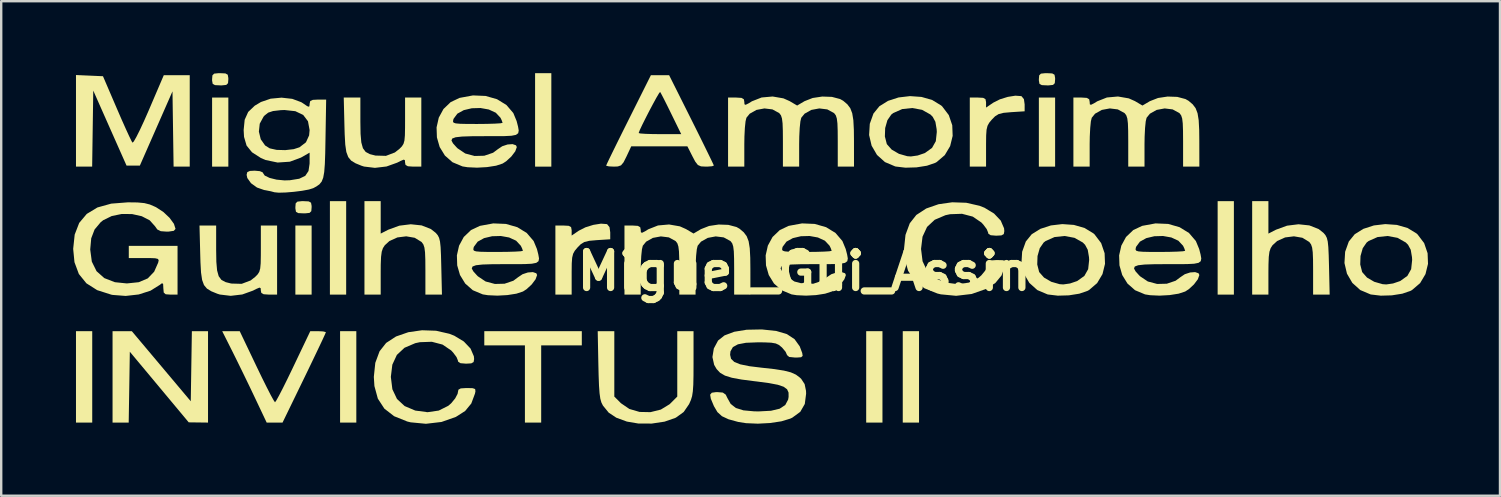
<source format=kicad_pcb>
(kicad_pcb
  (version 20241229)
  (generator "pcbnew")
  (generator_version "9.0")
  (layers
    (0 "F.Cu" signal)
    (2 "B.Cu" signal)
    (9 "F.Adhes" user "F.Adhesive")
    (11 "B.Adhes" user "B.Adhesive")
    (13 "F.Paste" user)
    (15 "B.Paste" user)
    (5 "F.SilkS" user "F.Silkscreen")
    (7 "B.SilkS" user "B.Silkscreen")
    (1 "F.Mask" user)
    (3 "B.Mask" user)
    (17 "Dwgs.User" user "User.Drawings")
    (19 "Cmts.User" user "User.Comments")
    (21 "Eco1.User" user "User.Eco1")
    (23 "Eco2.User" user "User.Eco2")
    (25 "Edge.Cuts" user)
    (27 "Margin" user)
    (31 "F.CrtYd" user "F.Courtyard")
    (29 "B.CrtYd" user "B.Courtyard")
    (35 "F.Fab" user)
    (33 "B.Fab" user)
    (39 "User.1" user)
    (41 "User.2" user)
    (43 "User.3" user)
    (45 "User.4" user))
  (footprint "Miguel_Gui_Assin"
    (layer "F.Cu")
    (at 30.47 8.255)
    (property "Reference" "Miguel_Gui_Assin" (at 0 0 0) (layer "F.SilkS") (effects (font (size 1.5 1.5) (thickness 0.3))))
    (attr board_only exclude_from_pos_files exclude_from_bom)
    (fp_poly (pts (xy -29.676 4.403) (xy -29.676 6.308) (xy -30.014 6.308) (xy -30.353 6.308) (xy -30.353 4.403) (xy -30.353 2.498) (xy -30.014 2.498) (xy -29.676 2.498)) (stroke (width 0) (type solid)) (fill yes) (layer "F.SilkS"))
    (fp_poly (pts (xy -24.003 -5.8) (xy -24.003 -4.36) (xy -24.342 -4.36) (xy -24.68 -4.36) (xy -24.68 -5.8) (xy -24.68 -7.239) (xy -24.342 -7.239) (xy -24.003 -7.239)) (stroke (width 0) (type solid)) (fill yes) (layer "F.SilkS"))
    (fp_poly (pts (xy -20.532 -0.466) (xy -20.532 0.974) (xy -20.87 0.974) (xy -21.209 0.974) (xy -21.209 -0.466) (xy -21.209 -1.905) (xy -20.87 -1.905) (xy -20.532 -1.905)) (stroke (width 0) (type solid)) (fill yes) (layer "F.SilkS"))
    (fp_poly (pts (xy -19.092 -0.974) (xy -19.092 0.974) (xy -19.431 0.974) (xy -19.77 0.974) (xy -19.77 -0.974) (xy -19.77 -2.921) (xy -19.431 -2.921) (xy -19.092 -2.921)) (stroke (width 0) (type solid)) (fill yes) (layer "F.SilkS"))
    (fp_poly (pts (xy -18.669 4.403) (xy -18.669 6.308) (xy -19.008 6.308) (xy -19.346 6.308) (xy -19.346 4.403) (xy -19.346 2.498) (xy -19.008 2.498) (xy -18.669 2.498)) (stroke (width 0) (type solid)) (fill yes) (layer "F.SilkS"))
    (fp_poly (pts (xy -10.541 -6.308) (xy -10.541 -4.36) (xy -10.88 -4.36) (xy -11.218 -4.36) (xy -11.218 -6.308) (xy -11.218 -8.255) (xy -10.88 -8.255) (xy -10.541 -8.255)) (stroke (width 0) (type solid)) (fill yes) (layer "F.SilkS"))
    (fp_poly (pts (xy 3.26 4.403) (xy 3.26 6.308) (xy 2.921 6.308) (xy 2.582 6.308) (xy 2.582 4.403) (xy 2.582 2.498) (xy 2.921 2.498) (xy 3.26 2.498)) (stroke (width 0) (type solid)) (fill yes) (layer "F.SilkS"))
    (fp_poly (pts (xy 4.784 4.403) (xy 4.784 6.308) (xy 4.445 6.308) (xy 4.106 6.308) (xy 4.106 4.403) (xy 4.106 2.498) (xy 4.445 2.498) (xy 4.784 2.498)) (stroke (width 0) (type solid)) (fill yes) (layer "F.SilkS"))
    (fp_poly (pts (xy 10.456 -5.8) (xy 10.456 -4.36) (xy 10.118 -4.36) (xy 9.779 -4.36) (xy 9.779 -5.8) (xy 9.779 -7.239) (xy 10.118 -7.239) (xy 10.456 -7.239)) (stroke (width 0) (type solid)) (fill yes) (layer "F.SilkS"))
    (fp_poly (pts (xy 17.907 -0.974) (xy 17.907 0.974) (xy 17.568 0.974) (xy 17.23 0.974) (xy 17.23 -0.974) (xy 17.23 -2.921) (xy 17.568 -2.921) (xy 17.907 -2.921)) (stroke (width 0) (type solid)) (fill yes) (layer "F.SilkS"))
    (fp_poly (pts (xy -24.125 -8.245) (xy -24.028 -8.191) (xy -24.004 -8.056) (xy -24.003 -8.001) (xy -24.016 -7.838) (xy -24.089 -7.766) (xy -24.269 -7.747) (xy -24.342 -7.747) (xy -24.559 -7.757) (xy -24.655 -7.811) (xy -24.68 -7.946) (xy -24.68 -8.001) (xy -24.667 -8.164) (xy -24.594 -8.236) (xy -24.414 -8.255) (xy -24.342 -8.255)) (stroke (width 0) (type solid)) (fill yes) (layer "F.SilkS"))
    (fp_poly (pts (xy -20.653 -2.911) (xy -20.557 -2.857) (xy -20.532 -2.722) (xy -20.532 -2.667) (xy -20.545 -2.504) (xy -20.618 -2.432) (xy -20.798 -2.413) (xy -20.87 -2.413) (xy -21.087 -2.423) (xy -21.184 -2.477) (xy -21.208 -2.612) (xy -21.209 -2.667) (xy -21.196 -2.83) (xy -21.123 -2.902) (xy -20.943 -2.921) (xy -20.87 -2.921)) (stroke (width 0) (type solid)) (fill yes) (layer "F.SilkS"))
    (fp_poly (pts (xy -9.271 2.794) (xy -9.271 3.09) (xy -10.118 3.09) (xy -10.964 3.09) (xy -10.964 4.699) (xy -10.964 6.308) (xy -11.303 6.308) (xy -11.642 6.308) (xy -11.642 4.699) (xy -11.642 3.09) (xy -12.488 3.09) (xy -13.335 3.09) (xy -13.335 2.794) (xy -13.335 2.498) (xy -11.303 2.498) (xy -9.271 2.498)) (stroke (width 0) (type solid)) (fill yes) (layer "F.SilkS"))
    (fp_poly (pts (xy 10.335 -8.245) (xy 10.431 -8.191) (xy 10.456 -8.056) (xy 10.456 -8.001) (xy 10.443 -7.838) (xy 10.37 -7.766) (xy 10.19 -7.747) (xy 10.118 -7.747) (xy 9.901 -7.757) (xy 9.804 -7.811) (xy 9.78 -7.946) (xy 9.779 -8.001) (xy 9.792 -8.164) (xy 9.865 -8.236) (xy 10.045 -8.255) (xy 10.118 -8.255)) (stroke (width 0) (type solid)) (fill yes) (layer "F.SilkS"))
    (fp_poly (pts (xy -24.85 4.403) (xy -24.85 6.308) (xy -25.252 6.303) (xy -25.654 6.298) (xy -26.882 4.826) (xy -28.109 3.355) (xy -28.132 4.832) (xy -28.156 6.308) (xy -28.492 6.308) (xy -28.829 6.308) (xy -28.829 4.403) (xy -28.829 2.498) (xy -28.427 2.498) (xy -28.025 2.499) (xy -26.797 3.959) (xy -25.569 5.419) (xy -25.546 3.958) (xy -25.523 2.498) (xy -25.186 2.498) (xy -24.85 2.498)) (stroke (width 0) (type solid)) (fill yes) (layer "F.SilkS"))
    (fp_poly (pts (xy -8.231 -1.965) (xy -8.214 -1.959) (xy -8.116 -1.837) (xy -8.086 -1.621) (xy -8.086 -1.332) (xy -8.647 -1.296) (xy -8.963 -1.268) (xy -9.168 -1.217) (xy -9.319 -1.123) (xy -9.451 -0.989) (xy -9.563 -0.855) (xy -9.633 -0.728) (xy -9.673 -0.565) (xy -9.69 -0.325) (xy -9.694 0.034) (xy -9.694 0.128) (xy -9.694 0.974) (xy -10.033 0.974) (xy -10.372 0.974) (xy -10.372 -0.466) (xy -10.372 -1.905) (xy -10.033 -1.905) (xy -9.815 -1.893) (xy -9.718 -1.839) (xy -9.694 -1.712) (xy -9.694 -1.696) (xy -9.694 -1.487) (xy -9.393 -1.692) (xy -9.118 -1.831) (xy -8.789 -1.933) (xy -8.472 -1.983)) (stroke (width 0) (type solid)) (fill yes) (layer "F.SilkS"))
    (fp_poly (pts (xy 9.041 -7.299) (xy 9.058 -7.293) (xy 9.156 -7.171) (xy 9.186 -6.955) (xy 9.186 -6.666) (xy 8.625 -6.63) (xy 8.309 -6.602) (xy 8.104 -6.551) (xy 7.953 -6.457) (xy 7.821 -6.323) (xy 7.709 -6.189) (xy 7.639 -6.062) (xy 7.599 -5.899) (xy 7.582 -5.659) (xy 7.578 -5.3) (xy 7.578 -5.206) (xy 7.578 -4.36) (xy 7.239 -4.36) (xy 6.9 -4.36) (xy 6.9 -5.8) (xy 6.9 -7.239) (xy 7.239 -7.239) (xy 7.457 -7.227) (xy 7.554 -7.173) (xy 7.578 -7.046) (xy 7.578 -7.03) (xy 7.578 -6.821) (xy 7.879 -7.026) (xy 8.154 -7.165) (xy 8.483 -7.267) (xy 8.8 -7.317)) (stroke (width 0) (type solid)) (fill yes) (layer "F.SilkS"))
    (fp_poly (pts (xy -29.791 -8.153) (xy -29.228 -8.128) (xy -28.648 -6.778) (xy -28.455 -6.333) (xy -28.28 -5.941) (xy -28.137 -5.63) (xy -28.038 -5.426) (xy -27.998 -5.358) (xy -27.944 -5.409) (xy -27.838 -5.594) (xy -27.689 -5.89) (xy -27.511 -6.274) (xy -27.313 -6.723) (xy -27.311 -6.729) (xy -26.694 -8.17) (xy -26.153 -8.17) (xy -25.612 -8.17) (xy -25.612 -6.265) (xy -25.612 -4.36) (xy -25.948 -4.36) (xy -26.285 -4.36) (xy -26.308 -5.929) (xy -26.331 -7.497) (xy -27.011 -5.95) (xy -27.691 -4.403) (xy -27.969 -4.403) (xy -28.246 -4.403) (xy -28.94 -5.966) (xy -29.633 -7.53) (xy -29.656 -5.945) (xy -29.679 -4.36) (xy -30.016 -4.36) (xy -30.353 -4.36) (xy -30.353 -6.269) (xy -30.353 -8.178)) (stroke (width 0) (type solid)) (fill yes) (layer "F.SilkS"))
    (fp_poly (pts (xy -22.822 3.979) (xy -22.601 4.437) (xy -22.402 4.837) (xy -22.238 5.157) (xy -22.119 5.372) (xy -22.06 5.46) (xy -22.057 5.461) (xy -22.005 5.388) (xy -21.892 5.185) (xy -21.732 4.876) (xy -21.537 4.483) (xy -21.318 4.03) (xy -21.294 3.979) (xy -20.588 2.498) (xy -20.264 2.498) (xy -20.057 2.508) (xy -19.945 2.535) (xy -19.939 2.544) (xy -19.974 2.63) (xy -20.074 2.847) (xy -20.228 3.173) (xy -20.426 3.588) (xy -20.657 4.069) (xy -20.841 4.449) (xy -21.744 6.308) (xy -22.075 6.308) (xy -22.405 6.308) (xy -22.896 5.271) (xy -23.13 4.78) (xy -23.39 4.244) (xy -23.641 3.732) (xy -23.823 3.365) (xy -24.259 2.498) (xy -23.894 2.498) (xy -23.529 2.498)) (stroke (width 0) (type solid)) (fill yes) (layer "F.SilkS"))
    (fp_poly (pts (xy -17.653 -2.245) (xy -17.653 -1.569) (xy -17.335 -1.732) (xy -16.876 -1.899) (xy -16.399 -1.958) (xy -15.946 -1.91) (xy -15.56 -1.758) (xy -15.355 -1.596) (xy -15.275 -1.5) (xy -15.219 -1.391) (xy -15.181 -1.238) (xy -15.156 -1.009) (xy -15.14 -0.672) (xy -15.128 -0.205) (xy -15.1 0.974) (xy -15.445 0.974) (xy -15.79 0.974) (xy -15.79 -0.042) (xy -15.793 -0.483) (xy -15.805 -0.787) (xy -15.831 -0.987) (xy -15.875 -1.117) (xy -15.942 -1.21) (xy -15.955 -1.223) (xy -16.237 -1.395) (xy -16.589 -1.455) (xy -16.957 -1.409) (xy -17.288 -1.26) (xy -17.482 -1.083) (xy -17.56 -0.963) (xy -17.61 -0.814) (xy -17.638 -0.599) (xy -17.651 -0.28) (xy -17.653 0.054) (xy -17.653 0.974) (xy -17.992 0.974) (xy -18.33 0.974) (xy -18.33 -0.974) (xy -18.33 -2.921) (xy -17.992 -2.921) (xy -17.653 -2.921)) (stroke (width 0) (type solid)) (fill yes) (layer "F.SilkS"))
    (fp_poly (pts (xy 19.346 -2.245) (xy 19.346 -1.569) (xy 19.664 -1.732) (xy 20.123 -1.899) (xy 20.6 -1.958) (xy 21.053 -1.91) (xy 21.44 -1.758) (xy 21.645 -1.596) (xy 21.725 -1.5) (xy 21.781 -1.391) (xy 21.819 -1.238) (xy 21.843 -1.009) (xy 21.859 -0.672) (xy 21.872 -0.205) (xy 21.899 0.974) (xy 21.554 0.974) (xy 21.209 0.974) (xy 21.209 -0.042) (xy 21.206 -0.483) (xy 21.194 -0.787) (xy 21.168 -0.987) (xy 21.124 -1.117) (xy 21.057 -1.21) (xy 21.044 -1.223) (xy 20.762 -1.395) (xy 20.411 -1.455) (xy 20.042 -1.409) (xy 19.711 -1.26) (xy 19.517 -1.083) (xy 19.44 -0.963) (xy 19.389 -0.814) (xy 19.361 -0.599) (xy 19.349 -0.28) (xy 19.346 0.054) (xy 19.346 0.974) (xy 19.008 0.974) (xy 18.669 0.974) (xy 18.669 -0.974) (xy 18.669 -2.921) (xy 19.008 -2.921) (xy 19.346 -2.921)) (stroke (width 0) (type solid)) (fill yes) (layer "F.SilkS"))
    (fp_poly (pts (xy -7.916 3.861) (xy -7.916 5.224) (xy -7.639 5.501) (xy -7.289 5.74) (xy -6.863 5.864) (xy -6.41 5.873) (xy -5.978 5.766) (xy -5.614 5.544) (xy -5.572 5.504) (xy -5.292 5.224) (xy -5.292 3.861) (xy -5.292 2.498) (xy -4.953 2.498) (xy -4.614 2.498) (xy -4.614 3.834) (xy -4.616 4.35) (xy -4.624 4.728) (xy -4.643 5.002) (xy -4.674 5.204) (xy -4.723 5.366) (xy -4.792 5.522) (xy -4.805 5.547) (xy -5.025 5.867) (xy -5.337 6.093) (xy -5.376 6.114) (xy -5.823 6.269) (xy -6.356 6.349) (xy -6.907 6.348) (xy -7.392 6.266) (xy -7.832 6.105) (xy -8.149 5.895) (xy -8.386 5.604) (xy -8.396 5.588) (xy -8.456 5.467) (xy -8.5 5.309) (xy -8.531 5.085) (xy -8.554 4.769) (xy -8.57 4.332) (xy -8.58 3.916) (xy -8.608 2.498) (xy -8.262 2.498) (xy -7.916 2.498)) (stroke (width 0) (type solid)) (fill yes) (layer "F.SilkS"))
    (fp_poly (pts (xy -24.511 -0.889) (xy -24.503 -0.391) (xy -24.472 -0.035) (xy -24.405 0.207) (xy -24.291 0.361) (xy -24.116 0.454) (xy -23.881 0.513) (xy -23.447 0.525) (xy -23.072 0.383) (xy -22.881 0.232) (xy -22.78 0.129) (xy -22.714 0.025) (xy -22.675 -0.116) (xy -22.655 -0.33) (xy -22.649 -0.653) (xy -22.648 -0.947) (xy -22.648 -1.905) (xy -22.31 -1.905) (xy -21.971 -1.905) (xy -21.971 -0.466) (xy -21.971 0.974) (xy -22.31 0.974) (xy -22.531 0.959) (xy -22.629 0.902) (xy -22.648 0.806) (xy -22.656 0.705) (xy -22.705 0.682) (xy -22.839 0.738) (xy -22.976 0.808) (xy -23.421 0.968) (xy -23.905 1.025) (xy -24.356 0.971) (xy -24.461 0.938) (xy -24.713 0.835) (xy -24.894 0.724) (xy -25.018 0.576) (xy -25.096 0.363) (xy -25.141 0.055) (xy -25.165 -0.375) (xy -25.175 -0.722) (xy -25.205 -1.905) (xy -24.858 -1.905) (xy -24.511 -1.905)) (stroke (width 0) (type solid)) (fill yes) (layer "F.SilkS"))
    (fp_poly (pts (xy -18.5 -7.239) (xy -18.5 -6.223) (xy -18.492 -5.725) (xy -18.461 -5.369) (xy -18.394 -5.127) (xy -18.279 -4.973) (xy -18.104 -4.88) (xy -17.87 -4.821) (xy -17.435 -4.809) (xy -17.061 -4.951) (xy -16.87 -5.102) (xy -16.769 -5.205) (xy -16.703 -5.309) (xy -16.663 -5.45) (xy -16.644 -5.664) (xy -16.638 -5.987) (xy -16.637 -6.281) (xy -16.637 -7.239) (xy -16.298 -7.239) (xy -15.96 -7.239) (xy -15.96 -5.8) (xy -15.96 -4.36) (xy -16.298 -4.36) (xy -16.52 -4.375) (xy -16.618 -4.432) (xy -16.637 -4.528) (xy -16.644 -4.629) (xy -16.694 -4.652) (xy -16.827 -4.596) (xy -16.964 -4.526) (xy -17.41 -4.366) (xy -17.893 -4.309) (xy -18.345 -4.363) (xy -18.45 -4.396) (xy -18.701 -4.499) (xy -18.883 -4.61) (xy -19.006 -4.758) (xy -19.085 -4.971) (xy -19.13 -5.279) (xy -19.154 -5.709) (xy -19.164 -6.056) (xy -19.193 -7.239) (xy -18.846 -7.239)) (stroke (width 0) (type solid)) (fill yes) (layer "F.SilkS"))
    (fp_poly (pts (xy 4.888 -7.265) (xy 5.333 -7.137) (xy 5.705 -6.91) (xy 5.749 -6.871) (xy 6.025 -6.507) (xy 6.169 -6.085) (xy 6.186 -5.642) (xy 6.081 -5.215) (xy 5.857 -4.839) (xy 5.52 -4.551) (xy 5.457 -4.516) (xy 5.114 -4.398) (xy 4.677 -4.329) (xy 4.218 -4.316) (xy 3.807 -4.365) (xy 3.79 -4.369) (xy 3.363 -4.55) (xy 3.032 -4.848) (xy 2.808 -5.233) (xy 2.718 -5.617) (xy 3.361 -5.617) (xy 3.439 -5.31) (xy 3.448 -5.292) (xy 3.644 -5.07) (xy 3.947 -4.894) (xy 4.294 -4.795) (xy 4.445 -4.784) (xy 4.728 -4.824) (xy 5.016 -4.922) (xy 5.036 -4.932) (xy 5.326 -5.14) (xy 5.484 -5.421) (xy 5.525 -5.804) (xy 5.518 -5.922) (xy 5.466 -6.229) (xy 5.354 -6.437) (xy 5.26 -6.532) (xy 4.912 -6.727) (xy 4.501 -6.803) (xy 4.083 -6.759) (xy 3.713 -6.595) (xy 3.63 -6.532) (xy 3.466 -6.295) (xy 3.373 -5.968) (xy 3.361 -5.617) (xy 2.718 -5.617) (xy 2.704 -5.676) (xy 2.732 -6.145) (xy 2.885 -6.573) (xy 3.131 -6.876) (xy 3.492 -7.101) (xy 3.93 -7.243) (xy 4.407 -7.299)) (stroke (width 0) (type solid)) (fill yes) (layer "F.SilkS"))
    (fp_poly (pts (xy 11.238 -1.931) (xy 11.683 -1.803) (xy 12.055 -1.576) (xy 12.099 -1.537) (xy 12.375 -1.173) (xy 12.519 -0.751) (xy 12.536 -0.308) (xy 12.431 0.119) (xy 12.207 0.495) (xy 11.87 0.783) (xy 11.807 0.818) (xy 11.464 0.936) (xy 11.027 1.005) (xy 10.568 1.018) (xy 10.157 0.969) (xy 10.14 0.965) (xy 9.713 0.784) (xy 9.382 0.486) (xy 9.158 0.101) (xy 9.068 -0.283) (xy 9.711 -0.283) (xy 9.789 0.024) (xy 9.798 0.042) (xy 9.994 0.264) (xy 10.297 0.44) (xy 10.644 0.539) (xy 10.795 0.55) (xy 11.078 0.51) (xy 11.366 0.412) (xy 11.386 0.402) (xy 11.676 0.194) (xy 11.834 -0.087) (xy 11.875 -0.47) (xy 11.868 -0.588) (xy 11.816 -0.895) (xy 11.704 -1.103) (xy 11.61 -1.198) (xy 11.262 -1.393) (xy 10.851 -1.469) (xy 10.433 -1.425) (xy 10.063 -1.261) (xy 9.98 -1.198) (xy 9.816 -0.961) (xy 9.723 -0.634) (xy 9.711 -0.283) (xy 9.068 -0.283) (xy 9.054 -0.342) (xy 9.082 -0.811) (xy 9.235 -1.239) (xy 9.481 -1.542) (xy 9.842 -1.767) (xy 10.28 -1.909) (xy 10.757 -1.965)) (stroke (width 0) (type solid)) (fill yes) (layer "F.SilkS"))
    (fp_poly (pts (xy 24.7 -1.931) (xy 25.145 -1.803) (xy 25.517 -1.576) (xy 25.561 -1.537) (xy 25.837 -1.173) (xy 25.981 -0.751) (xy 25.998 -0.308) (xy 25.893 0.119) (xy 25.669 0.495) (xy 25.332 0.783) (xy 25.269 0.818) (xy 24.926 0.936) (xy 24.489 1.005) (xy 24.03 1.018) (xy 23.619 0.969) (xy 23.602 0.965) (xy 23.175 0.784) (xy 22.844 0.486) (xy 22.62 0.101) (xy 22.53 -0.283) (xy 23.173 -0.283) (xy 23.251 0.024) (xy 23.26 0.042) (xy 23.456 0.264) (xy 23.759 0.44) (xy 24.106 0.539) (xy 24.257 0.55) (xy 24.54 0.51) (xy 24.828 0.412) (xy 24.848 0.402) (xy 25.138 0.194) (xy 25.296 -0.087) (xy 25.337 -0.47) (xy 25.33 -0.588) (xy 25.278 -0.895) (xy 25.166 -1.103) (xy 25.072 -1.198) (xy 24.724 -1.393) (xy 24.313 -1.469) (xy 23.895 -1.425) (xy 23.525 -1.261) (xy 23.442 -1.198) (xy 23.278 -0.961) (xy 23.185 -0.634) (xy 23.173 -0.283) (xy 22.53 -0.283) (xy 22.516 -0.342) (xy 22.544 -0.811) (xy 22.697 -1.239) (xy 22.943 -1.542) (xy 23.304 -1.767) (xy 23.742 -1.909) (xy 24.219 -1.965)) (stroke (width 0) (type solid)) (fill yes) (layer "F.SilkS"))
    (fp_poly (pts (xy -4.699 -6.308) (xy -4.442 -5.793) (xy -4.212 -5.328) (xy -4.02 -4.936) (xy -3.875 -4.638) (xy -3.788 -4.454) (xy -3.768 -4.403) (xy -3.843 -4.376) (xy -4.031 -4.361) (xy -4.105 -4.36) (xy -4.303 -4.371) (xy -4.433 -4.428) (xy -4.543 -4.57) (xy -4.657 -4.784) (xy -4.871 -5.207) (xy -6.041 -5.207) (xy -7.21 -5.207) (xy -7.408 -4.784) (xy -7.531 -4.54) (xy -7.636 -4.414) (xy -7.77 -4.367) (xy -7.931 -4.36) (xy -8.138 -4.37) (xy -8.249 -4.395) (xy -8.255 -4.403) (xy -8.219 -4.488) (xy -8.117 -4.703) (xy -7.959 -5.027) (xy -7.756 -5.439) (xy -7.597 -5.759) (xy -6.9 -5.759) (xy -6.822 -5.741) (xy -6.608 -5.726) (xy -6.296 -5.717) (xy -6.014 -5.715) (xy -5.128 -5.715) (xy -5.549 -6.576) (xy -5.72 -6.923) (xy -5.864 -7.209) (xy -5.966 -7.404) (xy -6.007 -7.474) (xy -6.053 -7.416) (xy -6.156 -7.243) (xy -6.295 -6.989) (xy -6.454 -6.69) (xy -6.612 -6.382) (xy -6.752 -6.102) (xy -6.854 -5.885) (xy -6.899 -5.766) (xy -6.9 -5.759) (xy -7.597 -5.759) (xy -7.518 -5.918) (xy -7.323 -6.308) (xy -6.392 -8.17) (xy -6.011 -8.17) (xy -5.631 -8.17)) (stroke (width 0) (type solid)) (fill yes) (layer "F.SilkS"))
    (fp_poly (pts (xy -15.346 2.48) (xy -14.792 2.606) (xy -14.586 2.687) (xy -14.187 2.929) (xy -13.908 3.223) (xy -13.77 3.544) (xy -13.759 3.662) (xy -13.781 3.785) (xy -13.879 3.84) (xy -14.097 3.852) (xy -14.328 3.833) (xy -14.426 3.768) (xy -14.436 3.717) (xy -14.492 3.579) (xy -14.635 3.388) (xy -14.716 3.301) (xy -15.075 3.057) (xy -15.521 2.94) (xy -16.019 2.957) (xy -16.212 2.998) (xy -16.66 3.189) (xy -16.979 3.487) (xy -17.168 3.894) (xy -17.23 4.403) (xy -17.166 4.919) (xy -16.974 5.324) (xy -16.654 5.62) (xy -16.212 5.807) (xy -15.702 5.875) (xy -15.233 5.807) (xy -14.837 5.609) (xy -14.716 5.504) (xy -14.547 5.298) (xy -14.447 5.107) (xy -14.436 5.046) (xy -14.413 4.936) (xy -14.317 4.883) (xy -14.103 4.869) (xy -14.053 4.868) (xy -13.82 4.874) (xy -13.717 4.91) (xy -13.704 5.004) (xy -13.724 5.101) (xy -13.877 5.513) (xy -14.134 5.825) (xy -14.521 6.072) (xy -15.119 6.282) (xy -15.767 6.358) (xy -16.406 6.297) (xy -16.548 6.262) (xy -17.092 6.043) (xy -17.499 5.728) (xy -17.772 5.31) (xy -17.915 4.785) (xy -17.939 4.403) (xy -17.878 3.818) (xy -17.7 3.336) (xy -17.426 2.988) (xy -17.014 2.719) (xy -16.501 2.541) (xy -15.93 2.46)) (stroke (width 0) (type solid)) (fill yes) (layer "F.SilkS"))
    (fp_poly (pts (xy 6.752 -2.854) (xy 7.306 -2.728) (xy 7.512 -2.647) (xy 7.911 -2.405) (xy 8.19 -2.111) (xy 8.328 -1.79) (xy 8.339 -1.672) (xy 8.317 -1.549) (xy 8.219 -1.494) (xy 8.001 -1.482) (xy 7.77 -1.501) (xy 7.672 -1.566) (xy 7.662 -1.617) (xy 7.606 -1.755) (xy 7.463 -1.946) (xy 7.382 -2.033) (xy 7.023 -2.277) (xy 6.577 -2.394) (xy 6.079 -2.377) (xy 5.886 -2.336) (xy 5.438 -2.145) (xy 5.119 -1.847) (xy 4.93 -1.44) (xy 4.868 -0.931) (xy 4.932 -0.415) (xy 5.124 -0.01) (xy 5.444 0.286) (xy 5.886 0.473) (xy 6.396 0.541) (xy 6.865 0.473) (xy 7.261 0.275) (xy 7.382 0.17) (xy 7.551 -0.036) (xy 7.651 -0.227) (xy 7.662 -0.288) (xy 7.685 -0.398) (xy 7.781 -0.451) (xy 7.995 -0.465) (xy 8.045 -0.466) (xy 8.278 -0.46) (xy 8.381 -0.424) (xy 8.394 -0.33) (xy 8.374 -0.233) (xy 8.221 0.179) (xy 7.964 0.491) (xy 7.577 0.738) (xy 6.979 0.948) (xy 6.331 1.024) (xy 5.692 0.963) (xy 5.55 0.928) (xy 5.006 0.709) (xy 4.599 0.394) (xy 4.326 -0.024) (xy 4.183 -0.549) (xy 4.159 -0.931) (xy 4.22 -1.516) (xy 4.398 -1.998) (xy 4.672 -2.346) (xy 5.084 -2.615) (xy 5.597 -2.793) (xy 6.168 -2.874)) (stroke (width 0) (type solid)) (fill yes) (layer "F.SilkS"))
    (fp_poly (pts (xy -5.184 -1.871) (xy -4.93 -1.758) (xy -4.614 -1.572) (xy -4.306 -1.754) (xy -3.967 -1.887) (xy -3.566 -1.947) (xy -3.164 -1.933) (xy -2.823 -1.843) (xy -2.694 -1.77) (xy -2.521 -1.623) (xy -2.399 -1.46) (xy -2.318 -1.25) (xy -2.271 -0.96) (xy -2.25 -0.561) (xy -2.245 -0.106) (xy -2.244 0.974) (xy -2.582 0.974) (xy -2.921 0.974) (xy -2.921 -0.072) (xy -2.924 -0.519) (xy -2.935 -0.828) (xy -2.96 -1.031) (xy -3.001 -1.16) (xy -3.064 -1.245) (xy -3.08 -1.26) (xy -3.357 -1.411) (xy -3.69 -1.452) (xy -4.023 -1.39) (xy -4.303 -1.233) (xy -4.442 -1.063) (xy -4.478 -0.915) (xy -4.507 -0.639) (xy -4.525 -0.279) (xy -4.53 0.037) (xy -4.53 0.974) (xy -4.868 0.974) (xy -5.207 0.974) (xy -5.207 -0.072) (xy -5.21 -0.519) (xy -5.221 -0.828) (xy -5.246 -1.031) (xy -5.287 -1.16) (xy -5.35 -1.245) (xy -5.366 -1.26) (xy -5.643 -1.411) (xy -5.976 -1.452) (xy -6.309 -1.39) (xy -6.589 -1.233) (xy -6.728 -1.063) (xy -6.764 -0.915) (xy -6.793 -0.639) (xy -6.811 -0.279) (xy -6.816 0.037) (xy -6.816 0.974) (xy -7.154 0.974) (xy -7.493 0.974) (xy -7.493 -0.466) (xy -7.493 -1.905) (xy -7.154 -1.905) (xy -6.934 -1.891) (xy -6.836 -1.835) (xy -6.816 -1.729) (xy -6.809 -1.624) (xy -6.761 -1.602) (xy -6.633 -1.666) (xy -6.499 -1.749) (xy -6.095 -1.908) (xy -5.635 -1.949)) (stroke (width 0) (type solid)) (fill yes) (layer "F.SilkS"))
    (fp_poly (pts (xy -0.866 -7.205) (xy -0.612 -7.092) (xy -0.296 -6.906) (xy 0.012 -7.088) (xy 0.351 -7.221) (xy 0.752 -7.281) (xy 1.154 -7.267) (xy 1.495 -7.177) (xy 1.624 -7.104) (xy 1.797 -6.957) (xy 1.919 -6.794) (xy 2 -6.584) (xy 2.047 -6.294) (xy 2.068 -5.895) (xy 2.073 -5.44) (xy 2.074 -4.36) (xy 1.736 -4.36) (xy 1.397 -4.36) (xy 1.397 -5.406) (xy 1.394 -5.853) (xy 1.383 -6.162) (xy 1.358 -6.365) (xy 1.317 -6.494) (xy 1.254 -6.579) (xy 1.238 -6.594) (xy 0.961 -6.745) (xy 0.628 -6.786) (xy 0.295 -6.724) (xy 0.015 -6.567) (xy -0.124 -6.397) (xy -0.16 -6.249) (xy -0.189 -5.973) (xy -0.207 -5.613) (xy -0.212 -5.297) (xy -0.212 -4.36) (xy -0.55 -4.36) (xy -0.889 -4.36) (xy -0.889 -5.406) (xy -0.892 -5.853) (xy -0.903 -6.162) (xy -0.928 -6.365) (xy -0.969 -6.494) (xy -1.032 -6.579) (xy -1.048 -6.594) (xy -1.325 -6.745) (xy -1.658 -6.786) (xy -1.991 -6.724) (xy -2.271 -6.567) (xy -2.41 -6.397) (xy -2.446 -6.249) (xy -2.475 -5.973) (xy -2.493 -5.613) (xy -2.498 -5.297) (xy -2.498 -4.36) (xy -2.836 -4.36) (xy -3.175 -4.36) (xy -3.175 -5.8) (xy -3.175 -7.239) (xy -2.836 -7.239) (xy -2.616 -7.225) (xy -2.518 -7.169) (xy -2.498 -7.063) (xy -2.491 -6.958) (xy -2.443 -6.936) (xy -2.315 -7) (xy -2.181 -7.083) (xy -1.777 -7.242) (xy -1.317 -7.283)) (stroke (width 0) (type solid)) (fill yes) (layer "F.SilkS"))
    (fp_poly (pts (xy 13.527 -7.205) (xy 13.781 -7.092) (xy 14.097 -6.906) (xy 14.405 -7.088) (xy 14.745 -7.221) (xy 15.146 -7.281) (xy 15.547 -7.267) (xy 15.888 -7.177) (xy 16.017 -7.104) (xy 16.19 -6.957) (xy 16.313 -6.794) (xy 16.393 -6.584) (xy 16.44 -6.294) (xy 16.461 -5.895) (xy 16.466 -5.44) (xy 16.468 -4.36) (xy 16.129 -4.36) (xy 15.79 -4.36) (xy 15.79 -5.406) (xy 15.787 -5.853) (xy 15.776 -6.162) (xy 15.752 -6.365) (xy 15.71 -6.494) (xy 15.648 -6.579) (xy 15.632 -6.594) (xy 15.355 -6.745) (xy 15.022 -6.786) (xy 14.688 -6.724) (xy 14.408 -6.567) (xy 14.269 -6.397) (xy 14.233 -6.249) (xy 14.205 -5.973) (xy 14.187 -5.613) (xy 14.182 -5.297) (xy 14.182 -4.36) (xy 13.843 -4.36) (xy 13.504 -4.36) (xy 13.504 -5.406) (xy 13.501 -5.853) (xy 13.49 -6.162) (xy 13.466 -6.365) (xy 13.424 -6.494) (xy 13.362 -6.579) (xy 13.346 -6.594) (xy 13.069 -6.745) (xy 12.736 -6.786) (xy 12.402 -6.724) (xy 12.122 -6.567) (xy 11.983 -6.397) (xy 11.947 -6.249) (xy 11.919 -5.973) (xy 11.901 -5.613) (xy 11.896 -5.297) (xy 11.896 -4.36) (xy 11.557 -4.36) (xy 11.218 -4.36) (xy 11.218 -5.8) (xy 11.218 -7.239) (xy 11.557 -7.239) (xy 11.778 -7.225) (xy 11.875 -7.169) (xy 11.896 -7.063) (xy 11.903 -6.958) (xy 11.95 -6.936) (xy 12.078 -7) (xy 12.213 -7.083) (xy 12.616 -7.242) (xy 13.076 -7.283)) (stroke (width 0) (type solid)) (fill yes) (layer "F.SilkS"))
    (fp_poly (pts (xy -27.79 -2.867) (xy -27.504 -2.84) (xy -27.275 -2.782) (xy -27.047 -2.683) (xy -27.003 -2.66) (xy -26.708 -2.467) (xy -26.452 -2.225) (xy -26.271 -1.976) (xy -26.204 -1.765) (xy -26.275 -1.685) (xy -26.495 -1.652) (xy -26.571 -1.651) (xy -26.819 -1.669) (xy -26.964 -1.741) (xy -27.055 -1.87) (xy -27.279 -2.121) (xy -27.612 -2.293) (xy -28.015 -2.383) (xy -28.444 -2.387) (xy -28.86 -2.302) (xy -29.22 -2.126) (xy -29.324 -2.043) (xy -29.578 -1.739) (xy -29.718 -1.373) (xy -29.76 -0.906) (xy -29.693 -0.401) (xy -29.496 -0.002) (xy -29.173 0.286) (xy -28.731 0.457) (xy -28.233 0.508) (xy -27.736 0.457) (xy -27.362 0.298) (xy -27.095 0.02) (xy -26.927 -0.36) (xy -26.906 -0.456) (xy -26.937 -0.513) (xy -27.052 -0.541) (xy -27.283 -0.55) (xy -27.511 -0.55) (xy -28.152 -0.55) (xy -28.152 -0.804) (xy -28.152 -1.058) (xy -27.136 -1.058) (xy -26.12 -1.058) (xy -26.12 -0.042) (xy -26.12 0.974) (xy -26.416 0.974) (xy -26.615 0.96) (xy -26.696 0.888) (xy -26.712 0.71) (xy -26.712 0.707) (xy -26.721 0.531) (xy -26.766 0.498) (xy -26.86 0.569) (xy -27.248 0.811) (xy -27.738 0.968) (xy -28.281 1.029) (xy -28.826 0.987) (xy -28.885 0.975) (xy -29.47 0.788) (xy -29.919 0.503) (xy -30.233 0.116) (xy -30.416 -0.377) (xy -30.47 -0.931) (xy -30.407 -1.528) (xy -30.219 -2.014) (xy -29.903 -2.39) (xy -29.459 -2.658) (xy -28.884 -2.818) (xy -28.188 -2.872)) (stroke (width 0) (type solid)) (fill yes) (layer "F.SilkS"))
    (fp_poly (pts (xy -13.279 -7.306) (xy -12.805 -7.17) (xy -12.413 -6.929) (xy -12.126 -6.594) (xy -11.988 -6.261) (xy -11.929 -6.032) (xy -11.9 -5.866) (xy -11.922 -5.753) (xy -12.015 -5.684) (xy -12.201 -5.647) (xy -12.501 -5.632) (xy -12.936 -5.63) (xy -13.293 -5.63) (xy -13.855 -5.627) (xy -14.262 -5.614) (xy -14.53 -5.584) (xy -14.672 -5.531) (xy -14.703 -5.448) (xy -14.639 -5.329) (xy -14.493 -5.167) (xy -14.448 -5.122) (xy -14.127 -4.907) (xy -13.739 -4.804) (xy -13.336 -4.814) (xy -12.97 -4.938) (xy -12.771 -5.086) (xy -12.587 -5.21) (xy -12.365 -5.283) (xy -12.157 -5.298) (xy -12.014 -5.249) (xy -11.98 -5.176) (xy -12.044 -4.998) (xy -12.206 -4.784) (xy -12.42 -4.586) (xy -12.57 -4.489) (xy -12.844 -4.399) (xy -13.221 -4.34) (xy -13.639 -4.317) (xy -14.032 -4.335) (xy -14.244 -4.369) (xy -14.66 -4.543) (xy -14.977 -4.822) (xy -15.195 -5.177) (xy -15.31 -5.578) (xy -15.324 -5.996) (xy -15.268 -6.242) (xy -14.64 -6.242) (xy -14.614 -6.192) (xy -14.524 -6.162) (xy -14.343 -6.146) (xy -14.045 -6.139) (xy -13.623 -6.138) (xy -13.224 -6.142) (xy -12.895 -6.152) (xy -12.667 -6.166) (xy -12.574 -6.184) (xy -12.573 -6.186) (xy -12.609 -6.291) (xy -12.66 -6.397) (xy -12.855 -6.606) (xy -13.147 -6.741) (xy -13.494 -6.803) (xy -13.856 -6.793) (xy -14.191 -6.714) (xy -14.458 -6.567) (xy -14.616 -6.353) (xy -14.627 -6.316) (xy -14.64 -6.242) (xy -15.268 -6.242) (xy -15.233 -6.4) (xy -15.037 -6.761) (xy -14.735 -7.05) (xy -14.365 -7.225) (xy -13.807 -7.328)) (stroke (width 0) (type solid)) (fill yes) (layer "F.SilkS"))
    (fp_poly (pts (xy -12.432 -1.972) (xy -11.959 -1.836) (xy -11.566 -1.595) (xy -11.279 -1.26) (xy -11.141 -0.927) (xy -11.083 -0.698) (xy -11.054 -0.532) (xy -11.075 -0.419) (xy -11.169 -0.35) (xy -11.355 -0.313) (xy -11.655 -0.298) (xy -12.09 -0.296) (xy -12.446 -0.296) (xy -13.008 -0.293) (xy -13.415 -0.28) (xy -13.683 -0.25) (xy -13.825 -0.197) (xy -13.857 -0.114) (xy -13.792 0.005) (xy -13.646 0.167) (xy -13.602 0.212) (xy -13.28 0.427) (xy -12.892 0.53) (xy -12.49 0.52) (xy -12.124 0.396) (xy -11.925 0.248) (xy -11.74 0.124) (xy -11.518 0.051) (xy -11.31 0.036) (xy -11.167 0.085) (xy -11.134 0.158) (xy -11.198 0.336) (xy -11.359 0.55) (xy -11.573 0.748) (xy -11.723 0.845) (xy -11.997 0.935) (xy -12.374 0.994) (xy -12.792 1.017) (xy -13.185 0.999) (xy -13.398 0.965) (xy -13.814 0.791) (xy -14.131 0.512) (xy -14.348 0.157) (xy -14.464 -0.244) (xy -14.477 -0.662) (xy -14.422 -0.908) (xy -13.793 -0.908) (xy -13.768 -0.858) (xy -13.678 -0.828) (xy -13.497 -0.812) (xy -13.198 -0.805) (xy -12.777 -0.804) (xy -12.377 -0.808) (xy -12.048 -0.818) (xy -11.82 -0.832) (xy -11.727 -0.85) (xy -11.726 -0.852) (xy -11.762 -0.957) (xy -11.814 -1.063) (xy -12.008 -1.272) (xy -12.3 -1.407) (xy -12.647 -1.469) (xy -13.009 -1.459) (xy -13.344 -1.38) (xy -13.611 -1.233) (xy -13.769 -1.019) (xy -13.781 -0.982) (xy -13.793 -0.908) (xy -14.422 -0.908) (xy -14.386 -1.066) (xy -14.191 -1.427) (xy -13.889 -1.716) (xy -13.519 -1.891) (xy -12.96 -1.994)) (stroke (width 0) (type solid)) (fill yes) (layer "F.SilkS"))
    (fp_poly (pts (xy 0.437 -1.972) (xy 0.911 -1.836) (xy 1.303 -1.595) (xy 1.59 -1.26) (xy 1.728 -0.927) (xy 1.787 -0.698) (xy 1.816 -0.532) (xy 1.794 -0.419) (xy 1.701 -0.35) (xy 1.515 -0.313) (xy 1.215 -0.298) (xy 0.78 -0.296) (xy 0.423 -0.296) (xy -0.139 -0.293) (xy -0.546 -0.28) (xy -0.814 -0.25) (xy -0.956 -0.197) (xy -0.987 -0.114) (xy -0.923 0.005) (xy -0.777 0.167) (xy -0.732 0.212) (xy -0.411 0.427) (xy -0.023 0.53) (xy 0.38 0.52) (xy 0.746 0.396) (xy 0.945 0.248) (xy 1.129 0.124) (xy 1.351 0.051) (xy 1.559 0.036) (xy 1.702 0.085) (xy 1.736 0.158) (xy 1.672 0.336) (xy 1.51 0.55) (xy 1.296 0.748) (xy 1.146 0.845) (xy 0.872 0.935) (xy 0.495 0.994) (xy 0.077 1.017) (xy -0.316 0.999) (xy -0.528 0.965) (xy -0.944 0.791) (xy -1.261 0.512) (xy -1.479 0.157) (xy -1.594 -0.244) (xy -1.608 -0.662) (xy -1.552 -0.908) (xy -0.924 -0.908) (xy -0.898 -0.858) (xy -0.808 -0.828) (xy -0.627 -0.812) (xy -0.329 -0.805) (xy 0.093 -0.804) (xy 0.492 -0.808) (xy 0.821 -0.818) (xy 1.049 -0.832) (xy 1.142 -0.85) (xy 1.143 -0.852) (xy 1.107 -0.957) (xy 1.056 -1.063) (xy 0.861 -1.272) (xy 0.569 -1.407) (xy 0.222 -1.469) (xy -0.14 -1.459) (xy -0.475 -1.38) (xy -0.742 -1.233) (xy -0.9 -1.019) (xy -0.911 -0.982) (xy -0.924 -0.908) (xy -1.552 -0.908) (xy -1.517 -1.066) (xy -1.321 -1.427) (xy -1.019 -1.716) (xy -0.649 -1.891) (xy -0.091 -1.994)) (stroke (width 0) (type solid)) (fill yes) (layer "F.SilkS"))
    (fp_poly (pts (xy 15.169 -1.972) (xy 15.643 -1.836) (xy 16.035 -1.595) (xy 16.322 -1.26) (xy 16.46 -0.927) (xy 16.519 -0.698) (xy 16.548 -0.532) (xy 16.526 -0.419) (xy 16.433 -0.35) (xy 16.247 -0.313) (xy 15.947 -0.298) (xy 15.512 -0.296) (xy 15.155 -0.296) (xy 14.593 -0.293) (xy 14.186 -0.28) (xy 13.918 -0.25) (xy 13.776 -0.197) (xy 13.745 -0.114) (xy 13.809 0.005) (xy 13.955 0.167) (xy 14 0.212) (xy 14.321 0.427) (xy 14.709 0.53) (xy 15.112 0.52) (xy 15.478 0.396) (xy 15.677 0.248) (xy 15.861 0.124) (xy 16.083 0.051) (xy 16.291 0.036) (xy 16.434 0.085) (xy 16.468 0.158) (xy 16.404 0.336) (xy 16.242 0.55) (xy 16.028 0.748) (xy 15.878 0.845) (xy 15.604 0.935) (xy 15.227 0.994) (xy 14.809 1.017) (xy 14.416 0.999) (xy 14.204 0.965) (xy 13.788 0.791) (xy 13.471 0.512) (xy 13.253 0.157) (xy 13.138 -0.244) (xy 13.124 -0.662) (xy 13.18 -0.908) (xy 13.808 -0.908) (xy 13.834 -0.858) (xy 13.924 -0.828) (xy 14.105 -0.812) (xy 14.403 -0.805) (xy 14.825 -0.804) (xy 15.224 -0.808) (xy 15.553 -0.818) (xy 15.781 -0.832) (xy 15.874 -0.85) (xy 15.875 -0.852) (xy 15.839 -0.957) (xy 15.788 -1.063) (xy 15.593 -1.272) (xy 15.301 -1.407) (xy 14.954 -1.469) (xy 14.592 -1.459) (xy 14.257 -1.38) (xy 13.99 -1.233) (xy 13.832 -1.019) (xy 13.821 -0.982) (xy 13.808 -0.908) (xy 13.18 -0.908) (xy 13.215 -1.066) (xy 13.411 -1.427) (xy 13.713 -1.716) (xy 14.083 -1.891) (xy 14.641 -1.994)) (stroke (width 0) (type solid)) (fill yes) (layer "F.SilkS"))
    (fp_poly (pts (xy -21.339 -7.185) (xy -20.962 -7.045) (xy -20.89 -6.999) (xy -20.714 -6.879) (xy -20.637 -6.855) (xy -20.617 -6.924) (xy -20.616 -6.979) (xy -20.59 -7.093) (xy -20.483 -7.143) (xy -20.271 -7.154) (xy -19.926 -7.154) (xy -19.954 -5.516) (xy -19.965 -4.918) (xy -19.981 -4.466) (xy -20.007 -4.134) (xy -20.049 -3.899) (xy -20.113 -3.737) (xy -20.206 -3.623) (xy -20.332 -3.534) (xy -20.463 -3.463) (xy -20.645 -3.406) (xy -20.933 -3.353) (xy -21.274 -3.31) (xy -21.615 -3.282) (xy -21.903 -3.274) (xy -22.085 -3.292) (xy -22.098 -3.296) (xy -22.231 -3.332) (xy -22.454 -3.376) (xy -22.51 -3.385) (xy -22.809 -3.489) (xy -23.058 -3.669) (xy -23.213 -3.886) (xy -23.241 -4.018) (xy -23.214 -4.131) (xy -23.103 -4.181) (xy -22.902 -4.191) (xy -22.69 -4.171) (xy -22.572 -4.122) (xy -22.564 -4.102) (xy -22.486 -3.987) (xy -22.282 -3.889) (xy -21.994 -3.818) (xy -21.664 -3.786) (xy -21.436 -3.793) (xy -21.046 -3.856) (xy -20.797 -3.976) (xy -20.662 -4.177) (xy -20.617 -4.481) (xy -20.616 -4.538) (xy -20.616 -4.943) (xy -20.976 -4.737) (xy -21.44 -4.565) (xy -21.949 -4.531) (xy -22.453 -4.636) (xy -22.647 -4.72) (xy -23.017 -4.958) (xy -23.243 -5.238) (xy -23.349 -5.601) (xy -23.361 -5.819) (xy -22.73 -5.819) (xy -22.652 -5.5) (xy -22.47 -5.242) (xy -22.279 -5.122) (xy -21.991 -5.058) (xy -21.631 -5.048) (xy -21.279 -5.088) (xy -21.038 -5.166) (xy -20.768 -5.374) (xy -20.636 -5.663) (xy -20.616 -5.884) (xy -20.684 -6.251) (xy -20.883 -6.514) (xy -21.211 -6.671) (xy -21.665 -6.72) (xy -21.828 -6.713) (xy -22.139 -6.677) (xy -22.34 -6.611) (xy -22.491 -6.492) (xy -22.534 -6.445) (xy -22.694 -6.15) (xy -22.73 -5.819) (xy -23.361 -5.819) (xy -23.365 -5.884) (xy -23.322 -6.314) (xy -23.176 -6.639) (xy -22.902 -6.9) (xy -22.643 -7.054) (xy -22.24 -7.192) (xy -21.785 -7.235)) (stroke (width 0) (type solid)) (fill yes) (layer "F.SilkS"))
    (fp_poly (pts (xy -1.744 2.428) (xy -1.164 2.49) (xy -0.724 2.62) (xy -0.405 2.83) (xy -0.188 3.131) (xy -0.084 3.408) (xy -0.066 3.529) (xy -0.129 3.584) (xy -0.314 3.598) (xy -0.375 3.598) (xy -0.628 3.572) (xy -0.719 3.493) (xy -0.72 3.486) (xy -0.777 3.357) (xy -0.917 3.189) (xy -0.938 3.169) (xy -1.057 3.071) (xy -1.189 3.01) (xy -1.375 2.978) (xy -1.658 2.965) (xy -1.945 2.963) (xy -2.429 2.982) (xy -2.765 3.046) (xy -2.974 3.162) (xy -3.075 3.339) (xy -3.09 3.483) (xy -3.05 3.649) (xy -2.917 3.779) (xy -2.671 3.879) (xy -2.293 3.957) (xy -1.778 4.02) (xy -1.242 4.079) (xy -0.845 4.142) (xy -0.557 4.215) (xy -0.346 4.31) (xy -0.182 4.433) (xy -0.124 4.49) (xy 0.016 4.703) (xy 0.074 4.986) (xy 0.078 5.105) (xy 0.023 5.532) (xy -0.165 5.859) (xy -0.497 6.102) (xy -0.583 6.143) (xy -0.952 6.255) (xy -1.423 6.326) (xy -1.936 6.353) (xy -2.428 6.332) (xy -2.752 6.281) (xy -3.155 6.17) (xy -3.43 6.042) (xy -3.619 5.87) (xy -3.763 5.625) (xy -3.773 5.602) (xy -3.893 5.315) (xy -3.922 5.145) (xy -3.853 5.063) (xy -3.677 5.038) (xy -3.617 5.038) (xy -3.394 5.057) (xy -3.272 5.143) (xy -3.204 5.283) (xy -3.065 5.531) (xy -2.85 5.699) (xy -2.534 5.798) (xy -2.089 5.839) (xy -1.894 5.842) (xy -1.386 5.815) (xy -1.024 5.729) (xy -0.791 5.576) (xy -0.671 5.349) (xy -0.652 5.237) (xy -0.654 5.057) (xy -0.715 4.92) (xy -0.857 4.815) (xy -1.101 4.732) (xy -1.469 4.662) (xy -1.981 4.594) (xy -2.069 4.584) (xy -2.613 4.514) (xy -3.015 4.44) (xy -3.304 4.35) (xy -3.507 4.232) (xy -3.653 4.076) (xy -3.755 3.901) (xy -3.827 3.577) (xy -3.768 3.218) (xy -3.591 2.888) (xy -3.324 2.675) (xy -2.919 2.523) (xy -2.4 2.438) (xy -1.787 2.426)) (stroke (width 0) (type solid)) (fill yes) (layer "F.SilkS")))
  (gr_rect
    (start -3 -3)
    (end 59.468 17.613)
    (stroke (width 0.1) (type default))
    (fill no)
    (layer "Edge.Cuts")))
</source>
